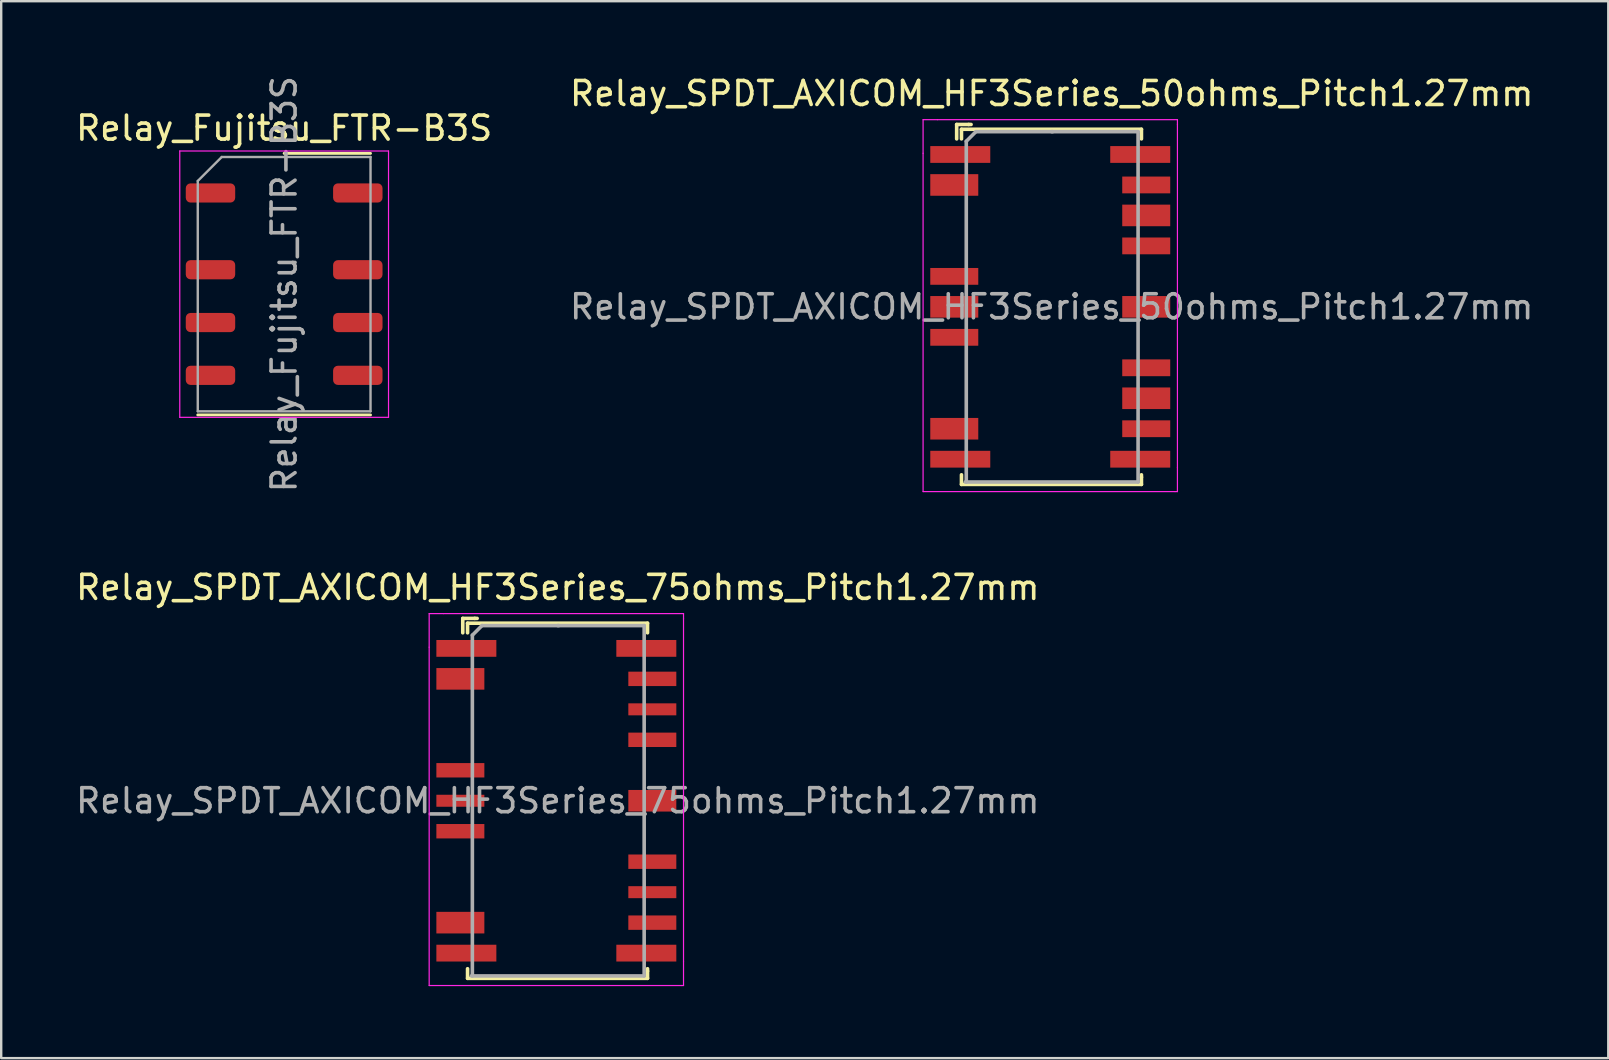
<source format=kicad_pcb>
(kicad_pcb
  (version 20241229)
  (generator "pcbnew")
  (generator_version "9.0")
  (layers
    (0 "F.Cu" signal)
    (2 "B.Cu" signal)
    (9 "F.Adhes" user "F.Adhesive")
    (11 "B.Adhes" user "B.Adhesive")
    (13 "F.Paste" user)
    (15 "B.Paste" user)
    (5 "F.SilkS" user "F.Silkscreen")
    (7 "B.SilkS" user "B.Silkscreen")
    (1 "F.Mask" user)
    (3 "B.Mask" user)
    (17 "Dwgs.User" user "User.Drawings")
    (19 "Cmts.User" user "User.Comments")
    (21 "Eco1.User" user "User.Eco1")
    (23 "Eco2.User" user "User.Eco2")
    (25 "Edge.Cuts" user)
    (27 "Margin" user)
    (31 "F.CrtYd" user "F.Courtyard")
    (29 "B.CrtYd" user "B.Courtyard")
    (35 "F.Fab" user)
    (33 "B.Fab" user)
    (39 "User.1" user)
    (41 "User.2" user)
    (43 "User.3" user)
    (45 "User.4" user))
  (footprint "Relay_SPDT_AXICOM_HF3Series_75ohms_Pitch1.27mm"
    (layer "F.Cu")
    (at 20.136 30.322)
    (property "Reference" "Relay_SPDT_AXICOM_HF3Series_75ohms_Pitch1.27mm" (at 0.06 -8.89 0) (layer "F.SilkS") (effects (font (size 1 1) (thickness 0.15))))
    (attr smd)
    (fp_line (start -3.9 -7.6) (end -3.4 -7.6) (stroke (width 0.15) (type solid)) (layer "F.SilkS"))
    (fp_line (start -3.9 -7) (end -3.9 -7.6) (stroke (width 0.15) (type solid)) (layer "F.SilkS"))
    (fp_line (start -3.7 -7.4) (end -3.7 -7) (stroke (width 0.15) (type solid)) (layer "F.SilkS"))
    (fp_line (start -3.7 7.4) (end -3.7 7) (stroke (width 0.15) (type solid)) (layer "F.SilkS"))
    (fp_line (start -3.4 -7.6) (end -3.3 -7.6) (stroke (width 0.15) (type solid)) (layer "F.SilkS"))
    (fp_line (start 3.8 -7.4) (end -3.7 -7.4) (stroke (width 0.15) (type solid)) (layer "F.SilkS"))
    (fp_line (start 3.8 -7) (end 3.8 -7.4) (stroke (width 0.15) (type solid)) (layer "F.SilkS"))
    (fp_line (start 3.8 7.1) (end 3.8 7) (stroke (width 0.15) (type solid)) (layer "F.SilkS"))
    (fp_line (start 3.8 7.1) (end 3.8 7.4) (stroke (width 0.15) (type solid)) (layer "F.SilkS"))
    (fp_line (start 3.8 7.4) (end -3.7 7.4) (stroke (width 0.15) (type solid)) (layer "F.SilkS"))
    (fp_line (start -5.3 -7.8) (end -5.3 -6.4) (stroke (width 0.05) (type solid)) (layer "F.CrtYd"))
    (fp_line (start -5.3 -6.4) (end -5.3 7.7) (stroke (width 0.05) (type solid)) (layer "F.CrtYd"))
    (fp_line (start -5.3 7.7) (end 5.2 7.7) (stroke (width 0.05) (type solid)) (layer "F.CrtYd"))
    (fp_line (start -4.7 -7.8) (end -5.3 -7.8) (stroke (width 0.05) (type solid)) (layer "F.CrtYd"))
    (fp_line (start 5.2 7.7) (end 5.3 7.7) (stroke (width 0.05) (type solid)) (layer "F.CrtYd"))
    (fp_line (start 5.3 -7.8) (end -4.7 -7.8) (stroke (width 0.05) (type solid)) (layer "F.CrtYd"))
    (fp_line (start 5.3 -7.6) (end 5.3 -7.8) (stroke (width 0.05) (type solid)) (layer "F.CrtYd"))
    (fp_line (start 5.3 6.7) (end 5.3 -7.6) (stroke (width 0.05) (type solid)) (layer "F.CrtYd"))
    (fp_line (start 5.3 7.7) (end 5.3 6.7) (stroke (width 0.05) (type solid)) (layer "F.CrtYd"))
    (fp_line (start -3.5 -6.9) (end -3.1 -7.3) (stroke (width 0.15) (type solid)) (layer "F.Fab"))
    (fp_line (start -3.5 7.3) (end -3.5 -6.9) (stroke (width 0.15) (type solid)) (layer "F.Fab"))
    (fp_line (start -3.1 -7.3) (end 0.1 -7.3) (stroke (width 0.15) (type solid)) (layer "F.Fab"))
    (fp_line (start 0.06 -7.3) (end 3.66 -7.3) (stroke (width 0.15) (type solid)) (layer "F.Fab"))
    (fp_line (start 3.66 -7.3) (end 3.66 7.3) (stroke (width 0.15) (type solid)) (layer "F.Fab"))
    (fp_line (start 3.66 7.3) (end -3.54 7.3) (stroke (width 0.15) (type solid)) (layer "F.Fab"))
    (fp_text user "${REFERENCE}" (at 0.06 0 0) (layer "F.Fab") (effects (font (size 1 1) (thickness 0.15))))
    (pad "1" smd rect (at -3.75 -6.35) (size 2.5 0.7) (layers "F.Cu" "F.Mask" "F.Paste"))
    (pad "2" smd rect (at -4 -5.08) (size 2 0.9) (layers "F.Cu" "F.Mask" "F.Paste"))
    (pad "5" smd rect (at -4 -1.27) (size 2 0.6) (layers "F.Cu" "F.Mask" "F.Paste"))
    (pad "6" smd rect (at -4 0) (size 2 0.5) (layers "F.Cu" "F.Mask" "F.Paste"))
    (pad "7" smd rect (at -4 1.27) (size 2 0.6) (layers "F.Cu" "F.Mask" "F.Paste"))
    (pad "10" smd rect (at -4 5.08) (size 2 0.9) (layers "F.Cu" "F.Mask" "F.Paste"))
    (pad "11" smd rect (at -3.75 6.35) (size 2.5 0.7) (layers "F.Cu" "F.Mask" "F.Paste"))
    (pad "12" smd rect (at 3.75 6.35) (size 2.5 0.7) (layers "F.Cu" "F.Mask" "F.Paste"))
    (pad "13" smd rect (at 4 5.08) (size 2 0.6) (layers "F.Cu" "F.Mask" "F.Paste"))
    (pad "14" smd rect (at 4 3.81) (size 2 0.5) (layers "F.Cu" "F.Mask" "F.Paste"))
    (pad "15" smd rect (at 4 2.54) (size 2 0.6) (layers "F.Cu" "F.Mask" "F.Paste"))
    (pad "17" smd rect (at 4 0) (size 2 0.9) (layers "F.Cu" "F.Mask" "F.Paste"))
    (pad "19" smd rect (at 4 -2.54) (size 2 0.6) (layers "F.Cu" "F.Mask" "F.Paste"))
    (pad "20" smd rect (at 4 -3.81) (size 2 0.5) (layers "F.Cu" "F.Mask" "F.Paste"))
    (pad "21" smd rect (at 4 -5.08) (size 2 0.6) (layers "F.Cu" "F.Mask" "F.Paste"))
    (pad "22" smd rect (at 3.75 -6.35) (size 2.5 0.7) (layers "F.Cu" "F.Mask" "F.Paste")))
  (footprint "Relay_Fujitsu_FTR-B3S"
    (layer "F.Cu")
    (at 8.792 8.792)
    (property "Reference" "Relay_Fujitsu_FTR-B3S" (at 0 -6.5 0) (layer "F.SilkS") (effects (font (size 1 1) (thickness 0.15))))
    (attr smd)
    (fp_line (start -3.6 5.45) (end 3.6 5.45) (stroke (width 0.12) (type solid)) (layer "F.SilkS"))
    (fp_line (start 0 -5.45) (end 3.6 -5.45) (stroke (width 0.12) (type solid)) (layer "F.SilkS"))
    (fp_line (start -4.35 -5.55) (end -4.35 5.55) (stroke (width 0.05) (type solid)) (layer "F.CrtYd"))
    (fp_line (start -4.35 5.55) (end 4.35 5.55) (stroke (width 0.05) (type solid)) (layer "F.CrtYd"))
    (fp_line (start 4.35 -5.55) (end -4.35 -5.55) (stroke (width 0.05) (type solid)) (layer "F.CrtYd"))
    (fp_line (start 4.35 5.55) (end 4.35 -5.55) (stroke (width 0.05) (type solid)) (layer "F.CrtYd"))
    (fp_line (start -3.6 -4.3) (end -2.6 -5.3) (stroke (width 0.1) (type solid)) (layer "F.Fab"))
    (fp_line (start -3.6 5.3) (end -3.6 -4.3) (stroke (width 0.1) (type solid)) (layer "F.Fab"))
    (fp_line (start -2.6 -5.3) (end 3.6 -5.3) (stroke (width 0.1) (type solid)) (layer "F.Fab"))
    (fp_line (start 3.6 -5.3) (end 3.6 5.3) (stroke (width 0.1) (type solid)) (layer "F.Fab"))
    (fp_line (start 3.6 5.3) (end -3.6 5.3) (stroke (width 0.1) (type solid)) (layer "F.Fab"))
    (fp_text user "${REFERENCE}" (at 0 0 90) (layer "F.Fab") (effects (font (size 1 1) (thickness 0.15))))
    (pad "1" smd roundrect (at -3.07 -3.8) (size 2.06 0.8) (layers "F.Cu" "F.Mask" "F.Paste") (roundrect_rratio 0.25))
    (pad "2" smd roundrect (at -3.07 -0.6) (size 2.06 0.8) (layers "F.Cu" "F.Mask" "F.Paste") (roundrect_rratio 0.25))
    (pad "3" smd roundrect (at -3.07 1.6) (size 2.06 0.8) (layers "F.Cu" "F.Mask" "F.Paste") (roundrect_rratio 0.25))
    (pad "4" smd roundrect (at -3.07 3.8) (size 2.06 0.8) (layers "F.Cu" "F.Mask" "F.Paste") (roundrect_rratio 0.25))
    (pad "5" smd roundrect (at 3.07 3.8) (size 2.06 0.8) (layers "F.Cu" "F.Mask" "F.Paste") (roundrect_rratio 0.25))
    (pad "6" smd roundrect (at 3.07 1.6) (size 2.06 0.8) (layers "F.Cu" "F.Mask" "F.Paste") (roundrect_rratio 0.25))
    (pad "7" smd roundrect (at 3.07 -0.6) (size 2.06 0.8) (layers "F.Cu" "F.Mask" "F.Paste") (roundrect_rratio 0.25))
    (pad "8" smd roundrect (at 3.07 -3.8) (size 2.06 0.8) (layers "F.Cu" "F.Mask" "F.Paste") (roundrect_rratio 0.25)))
  (footprint "Relay_SPDT_AXICOM_HF3Series_50ohms_Pitch1.27mm"
    (layer "F.Cu")
    (at 40.72 9.738)
    (property "Reference" "Relay_SPDT_AXICOM_HF3Series_50ohms_Pitch1.27mm" (at 0.06 -8.89 0) (layer "F.SilkS") (effects (font (size 1 1) (thickness 0.15))))
    (attr smd)
    (fp_line (start -3.9 -7.6) (end -3.4 -7.6) (stroke (width 0.15) (type solid)) (layer "F.SilkS"))
    (fp_line (start -3.9 -7) (end -3.9 -7.6) (stroke (width 0.15) (type solid)) (layer "F.SilkS"))
    (fp_line (start -3.7 -7.4) (end -3.7 -7) (stroke (width 0.15) (type solid)) (layer "F.SilkS"))
    (fp_line (start -3.7 7.4) (end -3.7 7) (stroke (width 0.15) (type solid)) (layer "F.SilkS"))
    (fp_line (start -3.4 -7.6) (end -3.3 -7.6) (stroke (width 0.15) (type solid)) (layer "F.SilkS"))
    (fp_line (start 3.8 -7.4) (end -3.7 -7.4) (stroke (width 0.15) (type solid)) (layer "F.SilkS"))
    (fp_line (start 3.8 -7) (end 3.8 -7.4) (stroke (width 0.15) (type solid)) (layer "F.SilkS"))
    (fp_line (start 3.8 7.1) (end 3.8 7) (stroke (width 0.15) (type solid)) (layer "F.SilkS"))
    (fp_line (start 3.8 7.1) (end 3.8 7.4) (stroke (width 0.15) (type solid)) (layer "F.SilkS"))
    (fp_line (start 3.8 7.4) (end -3.7 7.4) (stroke (width 0.15) (type solid)) (layer "F.SilkS"))
    (fp_line (start -5.3 -7.8) (end -5.3 -6.4) (stroke (width 0.05) (type solid)) (layer "F.CrtYd"))
    (fp_line (start -5.3 -6.4) (end -5.3 7.7) (stroke (width 0.05) (type solid)) (layer "F.CrtYd"))
    (fp_line (start -5.3 7.7) (end 5.2 7.7) (stroke (width 0.05) (type solid)) (layer "F.CrtYd"))
    (fp_line (start -4.7 -7.8) (end -5.3 -7.8) (stroke (width 0.05) (type solid)) (layer "F.CrtYd"))
    (fp_line (start 5.2 7.7) (end 5.3 7.7) (stroke (width 0.05) (type solid)) (layer "F.CrtYd"))
    (fp_line (start 5.3 -7.8) (end -4.7 -7.8) (stroke (width 0.05) (type solid)) (layer "F.CrtYd"))
    (fp_line (start 5.3 -7.6) (end 5.3 -7.8) (stroke (width 0.05) (type solid)) (layer "F.CrtYd"))
    (fp_line (start 5.3 6.7) (end 5.3 -7.6) (stroke (width 0.05) (type solid)) (layer "F.CrtYd"))
    (fp_line (start 5.3 7.7) (end 5.3 6.7) (stroke (width 0.05) (type solid)) (layer "F.CrtYd"))
    (fp_line (start -3.5 -6.9) (end -3.1 -7.3) (stroke (width 0.15) (type solid)) (layer "F.Fab"))
    (fp_line (start -3.5 7.3) (end -3.5 -6.9) (stroke (width 0.15) (type solid)) (layer "F.Fab"))
    (fp_line (start -3.1 -7.3) (end 0.1 -7.3) (stroke (width 0.15) (type solid)) (layer "F.Fab"))
    (fp_line (start 0.06 -7.3) (end 3.66 -7.3) (stroke (width 0.15) (type solid)) (layer "F.Fab"))
    (fp_line (start 3.66 -7.3) (end 3.66 7.3) (stroke (width 0.15) (type solid)) (layer "F.Fab"))
    (fp_line (start 3.66 7.3) (end -3.54 7.3) (stroke (width 0.15) (type solid)) (layer "F.Fab"))
    (fp_text user "${REFERENCE}" (at 0.06 0 0) (layer "F.Fab") (effects (font (size 1 1) (thickness 0.15))))
    (pad "1" smd rect (at -3.75 -6.35) (size 2.5 0.7) (layers "F.Cu" "F.Mask" "F.Paste"))
    (pad "2" smd rect (at -4 -5.08) (size 2 0.9) (layers "F.Cu" "F.Mask" "F.Paste"))
    (pad "5" smd rect (at -4 -1.27) (size 2 0.7) (layers "F.Cu" "F.Mask" "F.Paste"))
    (pad "6" smd rect (at -4 0) (size 2 0.9) (layers "F.Cu" "F.Mask" "F.Paste"))
    (pad "7" smd rect (at -4 1.27) (size 2 0.7) (layers "F.Cu" "F.Mask" "F.Paste"))
    (pad "10" smd rect (at -4 5.08) (size 2 0.9) (layers "F.Cu" "F.Mask" "F.Paste"))
    (pad "11" smd rect (at -3.75 6.35) (size 2.5 0.7) (layers "F.Cu" "F.Mask" "F.Paste"))
    (pad "12" smd rect (at 3.75 6.35) (size 2.5 0.7) (layers "F.Cu" "F.Mask" "F.Paste"))
    (pad "13" smd rect (at 4 5.08) (size 2 0.7) (layers "F.Cu" "F.Mask" "F.Paste"))
    (pad "14" smd rect (at 4 3.81) (size 2 0.9) (layers "F.Cu" "F.Mask" "F.Paste"))
    (pad "15" smd rect (at 4 2.54) (size 2 0.7) (layers "F.Cu" "F.Mask" "F.Paste"))
    (pad "17" smd rect (at 4 0) (size 2 0.9) (layers "F.Cu" "F.Mask" "F.Paste"))
    (pad "19" smd rect (at 4 -2.54) (size 2 0.7) (layers "F.Cu" "F.Mask" "F.Paste"))
    (pad "20" smd rect (at 4 -3.81) (size 2 0.9) (layers "F.Cu" "F.Mask" "F.Paste"))
    (pad "21" smd rect (at 4 -5.08) (size 2 0.7) (layers "F.Cu" "F.Mask" "F.Paste"))
    (pad "22" smd rect (at 3.75 -6.35) (size 2.5 0.7) (layers "F.Cu" "F.Mask" "F.Paste")))
  (gr_rect
    (start -3 -3)
    (end 63.976 41.047)
    (stroke (width 0.1) (type default))
    (fill no)
    (layer "Edge.Cuts")))
</source>
